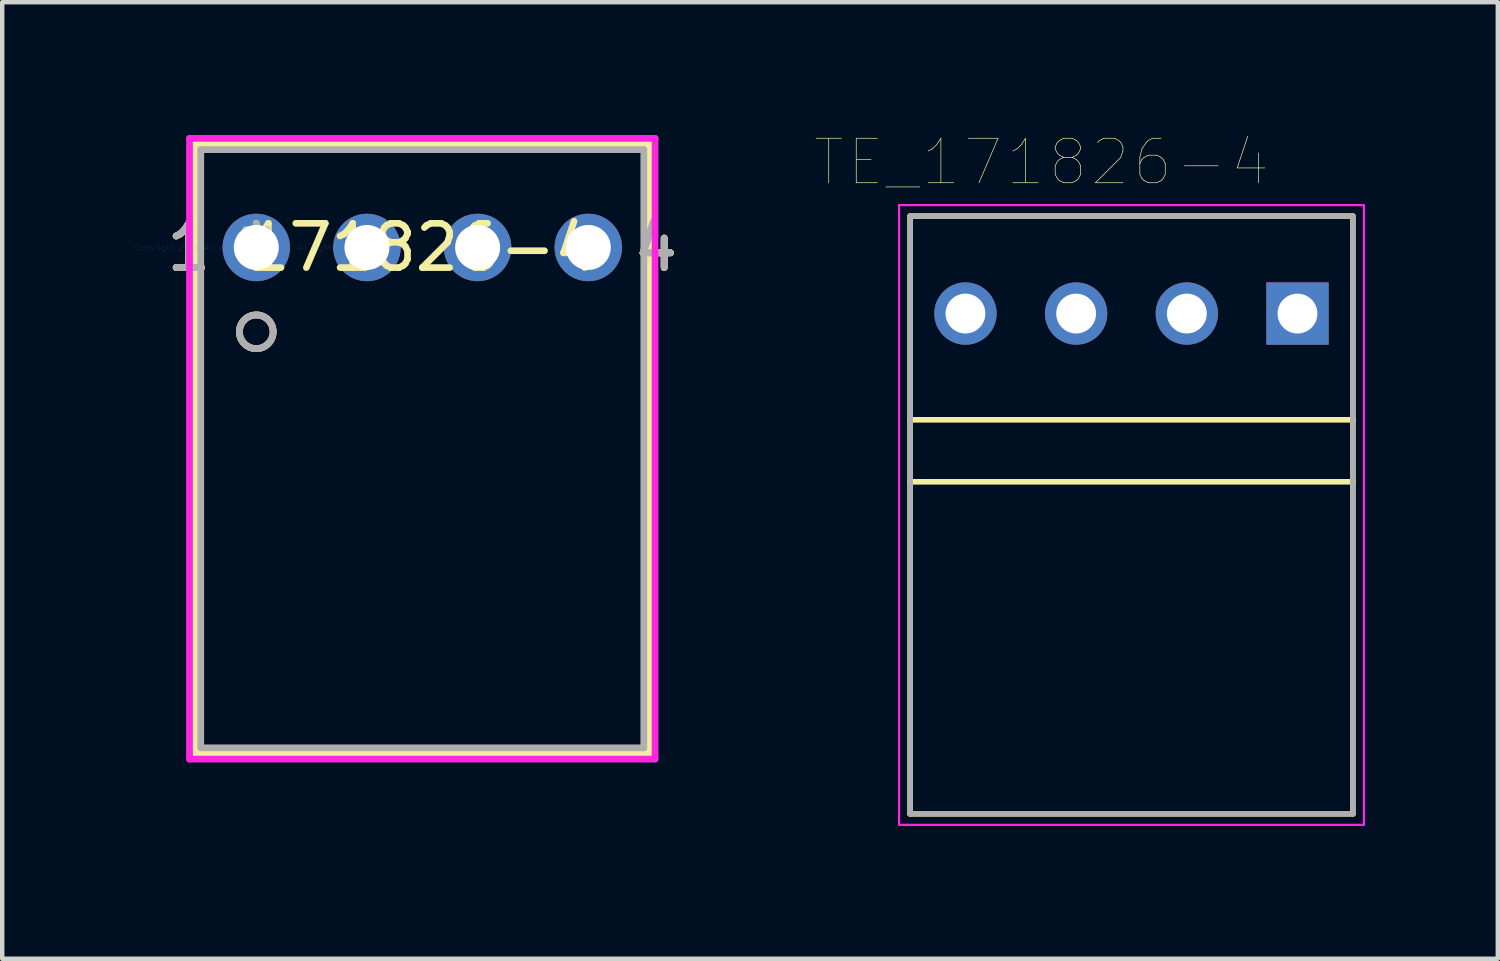
<source format=kicad_pcb>
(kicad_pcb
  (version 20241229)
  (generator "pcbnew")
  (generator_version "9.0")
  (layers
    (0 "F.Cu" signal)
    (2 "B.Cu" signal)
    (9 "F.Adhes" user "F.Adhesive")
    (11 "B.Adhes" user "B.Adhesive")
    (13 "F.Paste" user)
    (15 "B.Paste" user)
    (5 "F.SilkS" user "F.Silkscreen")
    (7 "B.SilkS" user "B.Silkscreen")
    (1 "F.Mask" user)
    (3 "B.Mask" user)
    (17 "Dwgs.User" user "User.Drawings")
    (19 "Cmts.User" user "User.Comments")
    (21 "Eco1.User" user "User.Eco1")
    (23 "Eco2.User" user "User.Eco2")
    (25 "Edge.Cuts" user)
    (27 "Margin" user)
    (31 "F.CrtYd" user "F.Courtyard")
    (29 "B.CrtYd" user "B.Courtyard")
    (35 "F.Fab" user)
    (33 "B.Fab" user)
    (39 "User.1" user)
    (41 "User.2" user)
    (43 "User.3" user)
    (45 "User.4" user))
  (footprint "171826-4"
    (layer "F.Cu")
    (at 2.739 2.54)
    (property "Reference" "171826-4" (at 3.75 0 0) (layer "F.SilkS") (effects (font (size 1 1) (thickness 0.15))))
    (attr through_hole)
    (fp_line (start -1.381 -2.337) (end -1.381 11.43) (stroke (width 0.152) (type solid)) (layer "F.SilkS"))
    (fp_line (start -1.381 11.43) (end 8.881 11.43) (stroke (width 0.152) (type solid)) (layer "F.SilkS"))
    (fp_line (start 8.881 -2.337) (end -1.381 -2.337) (stroke (width 0.152) (type solid)) (layer "F.SilkS"))
    (fp_line (start 8.881 11.43) (end 8.881 -2.337) (stroke (width 0.152) (type solid)) (layer "F.SilkS"))
    (fp_circle (center 0 1.905) (end 0.381 1.905) (stroke (width 0.152) (type solid)) (fill no) (layer "F.SilkS"))
    (fp_circle (center 0 1.905) (end 0.381 1.905) (stroke (width 0.152) (type solid)) (fill no) (layer "B.SilkS"))
    (fp_line (start -1.508 -2.464) (end -1.508 11.557) (stroke (width 0.152) (type solid)) (layer "F.CrtYd"))
    (fp_line (start -1.508 11.557) (end 9.008 11.557) (stroke (width 0.152) (type solid)) (layer "F.CrtYd"))
    (fp_line (start 9.008 -2.464) (end -1.508 -2.464) (stroke (width 0.152) (type solid)) (layer "F.CrtYd"))
    (fp_line (start 9.008 11.557) (end 9.008 -2.464) (stroke (width 0.152) (type solid)) (layer "F.CrtYd"))
    (fp_line (start -1.254 -2.21) (end -1.254 11.303) (stroke (width 0.152) (type solid)) (layer "F.Fab"))
    (fp_line (start -1.254 11.303) (end 8.754 11.303) (stroke (width 0.152) (type solid)) (layer "F.Fab"))
    (fp_line (start 8.754 -2.21) (end -1.254 -2.21) (stroke (width 0.152) (type solid)) (layer "F.Fab"))
    (fp_line (start 8.754 11.303) (end 8.754 -2.21) (stroke (width 0.152) (type solid)) (layer "F.Fab"))
    (fp_circle (center 0 1.905) (end 0.381 1.905) (stroke (width 0.152) (type solid)) (fill no) (layer "F.Fab"))
    (fp_text user "1" (at -1.524 0 0) (layer "F.SilkS") (effects (font (size 1 1) (thickness 0.15))))
    (fp_text user "4" (at 9.024 0 0) (layer "F.SilkS") (effects (font (size 1 1) (thickness 0.15))))
    (fp_text user "*" (at 0 0 0) (layer "F.SilkS") (effects (font (size 1 1) (thickness 0.15))))
    (fp_text user "4" (at 9.024 0 0) (layer "F.SilkS") (effects (font (size 1 1) (thickness 0.15))))
    (fp_text user "1" (at -1.524 0 0) (layer "F.SilkS") (effects (font (size 1 1) (thickness 0.15))))
    (fp_text user "4" (at 9.024 0 0) (layer "B.SilkS") (effects (font (size 1 1) (thickness 0.15))))
    (fp_text user "1" (at -1.524 0 0) (layer "B.SilkS") (effects (font (size 1 1) (thickness 0.15))))
    (fp_text user "1" (at -1.524 0 0) (layer "B.SilkS") (effects (font (size 1 1) (thickness 0.15))))
    (fp_text user "4" (at 9.024 0 0) (layer "B.SilkS") (effects (font (size 1 1) (thickness 0.15))))
    (fp_text user "Copyright 2016 Accelerated Designs. All rights reserved." (at 0 0 0) (layer "Cmts.User") (effects (font (size 0.127 0.127) (thickness 0.002))))
    (fp_text user "*" (at 0 0 0) (layer "F.Fab") (effects (font (size 1 1) (thickness 0.15))))
    (fp_text user "1" (at -1.524 0 0) (layer "F.Fab") (effects (font (size 1 1) (thickness 0.15))))
    (fp_text user "1" (at -1.524 0 0) (layer "F.Fab") (effects (font (size 1 1) (thickness 0.15))))
    (fp_text user "4" (at 9.024 0 0) (layer "F.Fab") (effects (font (size 1 1) (thickness 0.15))))
    (fp_text user "4" (at 9.024 0 0) (layer "F.Fab") (effects (font (size 1 1) (thickness 0.15))))
    (pad "1" thru_hole circle (at 0 0) (size 1.524 1.524) (drill 1.016) (layers "*.Cu" "*.Mask"))
    (pad "2" thru_hole circle (at 2.5 0) (size 1.524 1.524) (drill 1.016) (layers "*.Cu" "*.Mask"))
    (pad "3" thru_hole circle (at 5 0) (size 1.524 1.524) (drill 1.016) (layers "*.Cu" "*.Mask"))
    (pad "4" thru_hole circle (at 7.5 0) (size 1.524 1.524) (drill 1.016) (layers "*.Cu" "*.Mask")))
  (footprint "TE_171826-4"
    (layer "F.Cu")
    (at 22.509 8.583)
    (property "Reference" "TE_171826-4" (at -2.034 -7.969 0) (layer "F.SilkS") (effects (font (size 1.004 1.004) (thickness 0.015))))
    (attr through_hole)
    (fp_line (start -5 -6.75) (end 5 -6.75) (stroke (width 0.127) (type solid)) (layer "F.SilkS"))
    (fp_line (start -5 -2.15) (end -5 -6.75) (stroke (width 0.127) (type solid)) (layer "F.SilkS"))
    (fp_line (start -5 -2.15) (end 5 -2.15) (stroke (width 0.127) (type solid)) (layer "F.SilkS"))
    (fp_line (start -5 -0.75) (end -5 -2.15) (stroke (width 0.127) (type solid)) (layer "F.SilkS"))
    (fp_line (start -5 -0.75) (end 5 -0.75) (stroke (width 0.127) (type solid)) (layer "F.SilkS"))
    (fp_line (start -5 6.75) (end -5 -0.75) (stroke (width 0.127) (type solid)) (layer "F.SilkS"))
    (fp_line (start 5 -6.75) (end 5 -2.15) (stroke (width 0.127) (type solid)) (layer "F.SilkS"))
    (fp_line (start 5 -2.15) (end 5 -0.75) (stroke (width 0.127) (type solid)) (layer "F.SilkS"))
    (fp_line (start 5 -0.75) (end 5 6.75) (stroke (width 0.127) (type solid)) (layer "F.SilkS"))
    (fp_line (start 5 6.75) (end -5 6.75) (stroke (width 0.127) (type solid)) (layer "F.SilkS"))
    (fp_line (start -5.25 -7) (end 5.25 -7) (stroke (width 0.05) (type solid)) (layer "F.CrtYd"))
    (fp_line (start -5.25 7) (end -5.25 -7) (stroke (width 0.05) (type solid)) (layer "F.CrtYd"))
    (fp_line (start 5.25 -7) (end 5.25 7) (stroke (width 0.05) (type solid)) (layer "F.CrtYd"))
    (fp_line (start 5.25 7) (end -5.25 7) (stroke (width 0.05) (type solid)) (layer "F.CrtYd"))
    (fp_line (start -5 -6.75) (end 5 -6.75) (stroke (width 0.127) (type solid)) (layer "F.Fab"))
    (fp_line (start -5 6.75) (end -5 -6.75) (stroke (width 0.127) (type solid)) (layer "F.Fab"))
    (fp_line (start 5 6.75) (end -5 6.75) (stroke (width 0.127) (type solid)) (layer "F.Fab"))
    (fp_line (start 5 6.75) (end 5 -6.75) (stroke (width 0.127) (type solid)) (layer "F.Fab"))
    (pad "1" thru_hole rect (at 3.75 -4.55) (size 1.408 1.408) (drill 0.9) (layers "*.Cu" "*.Mask"))
    (pad "2" thru_hole circle (at 1.25 -4.55) (size 1.408 1.408) (drill 0.9) (layers "*.Cu" "*.Mask"))
    (pad "3" thru_hole circle (at -1.25 -4.55) (size 1.408 1.408) (drill 0.9) (layers "*.Cu" "*.Mask"))
    (pad "4" thru_hole circle (at -3.75 -4.55) (size 1.408 1.408) (drill 0.9) (layers "*.Cu" "*.Mask")))
  (gr_rect
    (start -3 -3)
    (end 30.784 18.608)
    (stroke (width 0.1) (type default))
    (fill no)
    (layer "Edge.Cuts")))
</source>
